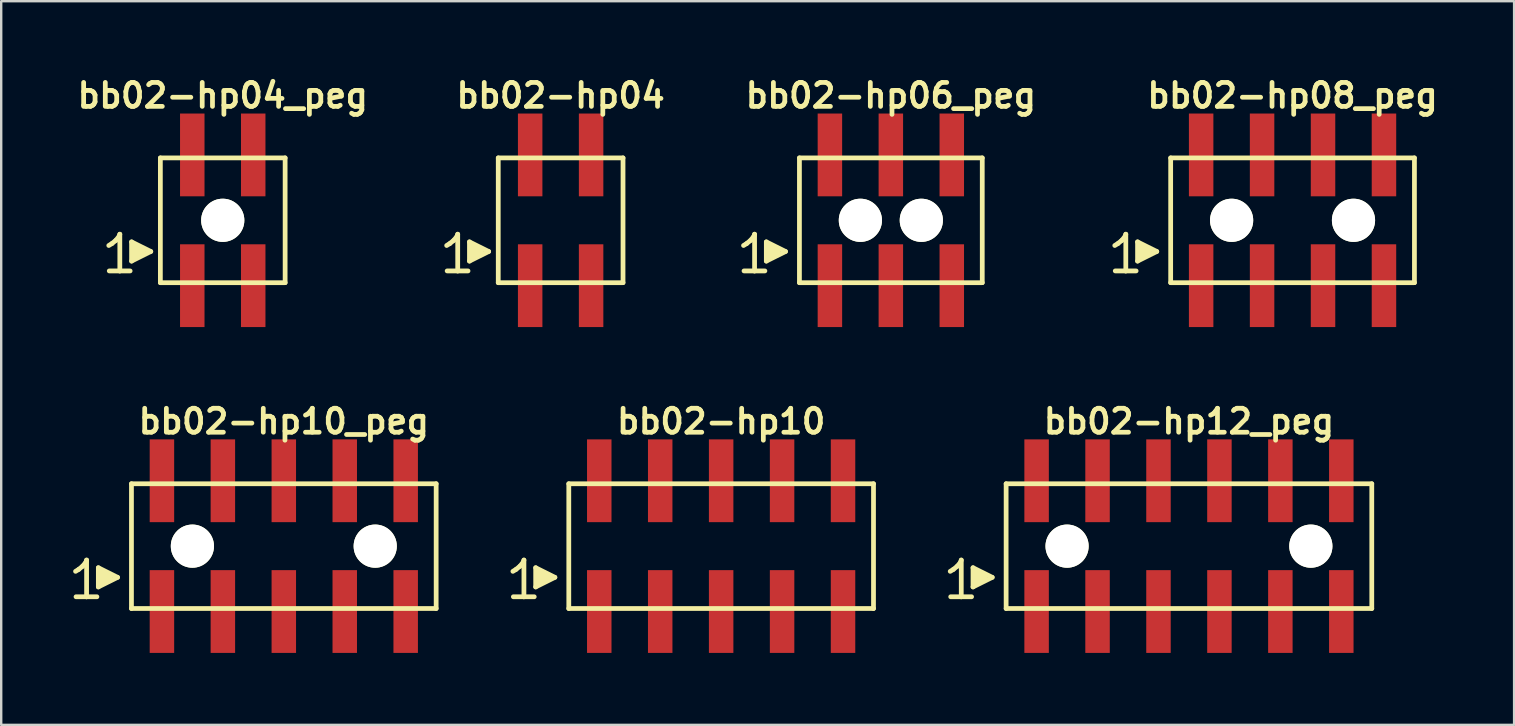
<source format=kicad_pcb>
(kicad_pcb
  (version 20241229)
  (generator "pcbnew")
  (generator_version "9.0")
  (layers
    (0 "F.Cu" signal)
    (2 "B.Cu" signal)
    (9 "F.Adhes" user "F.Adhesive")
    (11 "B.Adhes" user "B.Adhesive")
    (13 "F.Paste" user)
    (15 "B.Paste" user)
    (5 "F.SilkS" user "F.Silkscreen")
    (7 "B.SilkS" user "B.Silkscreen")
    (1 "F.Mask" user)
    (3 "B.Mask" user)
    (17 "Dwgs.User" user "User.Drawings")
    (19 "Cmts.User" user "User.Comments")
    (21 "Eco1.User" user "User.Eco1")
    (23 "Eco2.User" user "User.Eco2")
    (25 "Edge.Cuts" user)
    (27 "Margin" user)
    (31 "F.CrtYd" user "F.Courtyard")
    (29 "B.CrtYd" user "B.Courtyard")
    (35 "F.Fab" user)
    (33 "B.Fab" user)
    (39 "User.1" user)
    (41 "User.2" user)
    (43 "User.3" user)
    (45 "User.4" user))
  (footprint "bb02-hp04"
    (layer "F.Cu")
    (at 20.317 6.132)
    (property "Reference" "bb02-hp04" (at 0 -5.2 0) (layer "F.SilkS") (effects (font (size 0.998 0.998) (thickness 0.198))))
    (attr through_hole)
    (fp_line (start -4.75 1.05) (end -4.62 0.97) (stroke (width 0.198) (type solid)) (layer "F.SilkS"))
    (fp_line (start -4.62 0.97) (end -4.46 0.84) (stroke (width 0.198) (type solid)) (layer "F.SilkS"))
    (fp_line (start -4.46 0.84) (end -4.32 0.67) (stroke (width 0.198) (type solid)) (layer "F.SilkS"))
    (fp_line (start -4.32 0.67) (end -4.29 0.58) (stroke (width 0.198) (type solid)) (layer "F.SilkS"))
    (fp_line (start -4.29 0.58) (end -4.29 2.11) (stroke (width 0.198) (type solid)) (layer "F.SilkS"))
    (fp_line (start -4.29 2.11) (end -4.73 2.11) (stroke (width 0.198) (type solid)) (layer "F.SilkS"))
    (fp_line (start -3.86 2.11) (end -4.3 2.11) (stroke (width 0.198) (type solid)) (layer "F.SilkS"))
    (fp_line (start -3.8 0.9) (end -3 1.3) (stroke (width 0.198) (type solid)) (layer "F.SilkS"))
    (fp_line (start -3.8 1.7) (end -3.8 0.9) (stroke (width 0.198) (type solid)) (layer "F.SilkS"))
    (fp_line (start -3.7 1.6) (end -3.7 1) (stroke (width 0.198) (type solid)) (layer "F.SilkS"))
    (fp_line (start -3.6 1.1) (end -3.6 1.5) (stroke (width 0.198) (type solid)) (layer "F.SilkS"))
    (fp_line (start -3.5 1.5) (end -3.5 1.1) (stroke (width 0.198) (type solid)) (layer "F.SilkS"))
    (fp_line (start -3.4 1.2) (end -3.4 1.4) (stroke (width 0.198) (type solid)) (layer "F.SilkS"))
    (fp_line (start -3.3 1.4) (end -3.3 1.2) (stroke (width 0.198) (type solid)) (layer "F.SilkS"))
    (fp_line (start -3 1.3) (end -3.8 1.7) (stroke (width 0.198) (type solid)) (layer "F.SilkS"))
    (fp_line (start -2.6 -2.6) (end 2.6 -2.6) (stroke (width 0.198) (type solid)) (layer "F.SilkS"))
    (fp_line (start -2.6 2.6) (end -2.6 -2.6) (stroke (width 0.198) (type solid)) (layer "F.SilkS"))
    (fp_line (start 2.6 -2.6) (end 2.6 2.6) (stroke (width 0.198) (type solid)) (layer "F.SilkS"))
    (fp_line (start 2.6 2.6) (end -2.6 2.6) (stroke (width 0.198) (type solid)) (layer "F.SilkS"))
    (pad "1" smd rect (at -1.27 2.725) (size 1.02 3.45) (layers "F.Cu" "F.Mask" "F.Paste"))
    (pad "2" smd rect (at -1.27 -2.725) (size 1.02 3.45) (layers "F.Cu" "F.Mask" "F.Paste"))
    (pad "3" smd rect (at 1.27 2.725) (size 1.02 3.45) (layers "F.Cu" "F.Mask" "F.Paste"))
    (pad "4" smd rect (at 1.27 -2.725) (size 1.02 3.45) (layers "F.Cu" "F.Mask" "F.Paste")))
  (footprint "bb02-hp12_peg"
    (layer "F.Cu")
    (at 46.505 19.713)
    (property "Reference" "bb02-hp12_peg" (at 0 -5.2 0) (layer "F.SilkS") (effects (font (size 0.998 0.998) (thickness 0.198))))
    (attr through_hole)
    (fp_line (start -9.95 1.05) (end -9.82 0.97) (stroke (width 0.198) (type solid)) (layer "F.SilkS"))
    (fp_line (start -9.82 0.97) (end -9.66 0.84) (stroke (width 0.198) (type solid)) (layer "F.SilkS"))
    (fp_line (start -9.66 0.84) (end -9.52 0.67) (stroke (width 0.198) (type solid)) (layer "F.SilkS"))
    (fp_line (start -9.52 0.67) (end -9.49 0.58) (stroke (width 0.198) (type solid)) (layer "F.SilkS"))
    (fp_line (start -9.49 0.58) (end -9.49 2.11) (stroke (width 0.198) (type solid)) (layer "F.SilkS"))
    (fp_line (start -9.49 2.11) (end -9.93 2.11) (stroke (width 0.198) (type solid)) (layer "F.SilkS"))
    (fp_line (start -9.06 2.11) (end -9.5 2.11) (stroke (width 0.198) (type solid)) (layer "F.SilkS"))
    (fp_line (start -9 0.9) (end -8.2 1.3) (stroke (width 0.198) (type solid)) (layer "F.SilkS"))
    (fp_line (start -9 1.7) (end -9 0.9) (stroke (width 0.198) (type solid)) (layer "F.SilkS"))
    (fp_line (start -8.9 1.6) (end -8.9 1) (stroke (width 0.198) (type solid)) (layer "F.SilkS"))
    (fp_line (start -8.8 1.1) (end -8.8 1.5) (stroke (width 0.198) (type solid)) (layer "F.SilkS"))
    (fp_line (start -8.7 1.5) (end -8.7 1.1) (stroke (width 0.198) (type solid)) (layer "F.SilkS"))
    (fp_line (start -8.6 1.2) (end -8.6 1.4) (stroke (width 0.198) (type solid)) (layer "F.SilkS"))
    (fp_line (start -8.5 1.4) (end -8.5 1.2) (stroke (width 0.198) (type solid)) (layer "F.SilkS"))
    (fp_line (start -8.2 1.3) (end -9 1.7) (stroke (width 0.198) (type solid)) (layer "F.SilkS"))
    (fp_line (start -7.62 -2.6) (end -7.62 2.6) (stroke (width 0.198) (type solid)) (layer "F.SilkS"))
    (fp_line (start -7.62 -2.6) (end 7.62 -2.6) (stroke (width 0.198) (type solid)) (layer "F.SilkS"))
    (fp_line (start 7.62 2.6) (end -7.62 2.6) (stroke (width 0.198) (type solid)) (layer "F.SilkS"))
    (fp_line (start 7.62 2.6) (end 7.62 -2.6) (stroke (width 0.198) (type solid)) (layer "F.SilkS"))
    (pad "" np_thru_hole circle (at -5.08 0) (size 1.8 1.8) (drill 1.8) (layers "*.Cu" "*.Mask" "F.SilkS"))
    (pad "" np_thru_hole circle (at 5.08 0) (size 1.8 1.8) (drill 1.8) (layers "*.Cu" "*.Mask" "F.SilkS"))
    (pad "1" smd rect (at -6.35 2.725) (size 1.02 3.45) (layers "F.Cu" "F.Mask" "F.Paste"))
    (pad "2" smd rect (at -6.35 -2.725) (size 1.02 3.45) (layers "F.Cu" "F.Mask" "F.Paste"))
    (pad "3" smd rect (at -3.81 2.725) (size 1.02 3.45) (layers "F.Cu" "F.Mask" "F.Paste"))
    (pad "4" smd rect (at -3.81 -2.725) (size 1.02 3.45) (layers "F.Cu" "F.Mask" "F.Paste"))
    (pad "5" smd rect (at -1.27 2.725) (size 1.02 3.45) (layers "F.Cu" "F.Mask" "F.Paste"))
    (pad "6" smd rect (at -1.27 -2.725) (size 1.02 3.45) (layers "F.Cu" "F.Mask" "F.Paste"))
    (pad "7" smd rect (at 1.27 2.725) (size 1.02 3.45) (layers "F.Cu" "F.Mask" "F.Paste"))
    (pad "8" smd rect (at 1.27 -2.725) (size 1.02 3.45) (layers "F.Cu" "F.Mask" "F.Paste"))
    (pad "9" smd rect (at 3.81 2.725) (size 1.02 3.45) (layers "F.Cu" "F.Mask" "F.Paste"))
    (pad "10" smd rect (at 3.81 -2.725) (size 1.02 3.45) (layers "F.Cu" "F.Mask" "F.Paste"))
    (pad "11" smd rect (at 6.35 2.725) (size 1.02 3.45) (layers "F.Cu" "F.Mask" "F.Paste"))
    (pad "12" smd rect (at 6.35 -2.725) (size 1.02 3.45) (layers "F.Cu" "F.Mask" "F.Paste")))
  (footprint "bb02-hp10"
    (layer "F.Cu")
    (at 27.007 19.713)
    (property "Reference" "bb02-hp10" (at 0 -5.2 0) (layer "F.SilkS") (effects (font (size 0.998 0.998) (thickness 0.198))))
    (attr through_hole)
    (fp_line (start -8.68 1.05) (end -8.55 0.97) (stroke (width 0.198) (type solid)) (layer "F.SilkS"))
    (fp_line (start -8.55 0.97) (end -8.39 0.84) (stroke (width 0.198) (type solid)) (layer "F.SilkS"))
    (fp_line (start -8.39 0.84) (end -8.25 0.67) (stroke (width 0.198) (type solid)) (layer "F.SilkS"))
    (fp_line (start -8.25 0.67) (end -8.22 0.58) (stroke (width 0.198) (type solid)) (layer "F.SilkS"))
    (fp_line (start -8.22 0.58) (end -8.22 2.11) (stroke (width 0.198) (type solid)) (layer "F.SilkS"))
    (fp_line (start -8.22 2.11) (end -8.66 2.11) (stroke (width 0.198) (type solid)) (layer "F.SilkS"))
    (fp_line (start -7.79 2.11) (end -8.23 2.11) (stroke (width 0.198) (type solid)) (layer "F.SilkS"))
    (fp_line (start -7.73 0.9) (end -6.93 1.3) (stroke (width 0.198) (type solid)) (layer "F.SilkS"))
    (fp_line (start -7.73 1.7) (end -7.73 0.9) (stroke (width 0.198) (type solid)) (layer "F.SilkS"))
    (fp_line (start -7.63 1.6) (end -7.63 1) (stroke (width 0.198) (type solid)) (layer "F.SilkS"))
    (fp_line (start -7.53 1.1) (end -7.53 1.5) (stroke (width 0.198) (type solid)) (layer "F.SilkS"))
    (fp_line (start -7.43 1.5) (end -7.43 1.1) (stroke (width 0.198) (type solid)) (layer "F.SilkS"))
    (fp_line (start -7.33 1.2) (end -7.33 1.4) (stroke (width 0.198) (type solid)) (layer "F.SilkS"))
    (fp_line (start -7.23 1.4) (end -7.23 1.2) (stroke (width 0.198) (type solid)) (layer "F.SilkS"))
    (fp_line (start -6.93 1.3) (end -7.73 1.7) (stroke (width 0.198) (type solid)) (layer "F.SilkS"))
    (fp_line (start -6.35 -2.6) (end -6.35 2.6) (stroke (width 0.198) (type solid)) (layer "F.SilkS"))
    (fp_line (start -6.35 -2.6) (end 6.35 -2.6) (stroke (width 0.198) (type solid)) (layer "F.SilkS"))
    (fp_line (start 6.35 2.6) (end -6.35 2.6) (stroke (width 0.198) (type solid)) (layer "F.SilkS"))
    (fp_line (start 6.35 2.6) (end 6.35 -2.6) (stroke (width 0.198) (type solid)) (layer "F.SilkS"))
    (pad "1" smd rect (at -5.08 2.725) (size 1.02 3.45) (layers "F.Cu" "F.Mask" "F.Paste"))
    (pad "2" smd rect (at -5.08 -2.725) (size 1.02 3.45) (layers "F.Cu" "F.Mask" "F.Paste"))
    (pad "3" smd rect (at -2.54 2.725) (size 1.02 3.45) (layers "F.Cu" "F.Mask" "F.Paste"))
    (pad "4" smd rect (at -2.54 -2.725) (size 1.02 3.45) (layers "F.Cu" "F.Mask" "F.Paste"))
    (pad "5" smd rect (at 0 2.725) (size 1.02 3.45) (layers "F.Cu" "F.Mask" "F.Paste"))
    (pad "6" smd rect (at 0 -2.725) (size 1.02 3.45) (layers "F.Cu" "F.Mask" "F.Paste"))
    (pad "7" smd rect (at 2.54 2.725) (size 1.02 3.45) (layers "F.Cu" "F.Mask" "F.Paste"))
    (pad "8" smd rect (at 2.54 -2.725) (size 1.02 3.45) (layers "F.Cu" "F.Mask" "F.Paste"))
    (pad "9" smd rect (at 5.08 2.725) (size 1.02 3.45) (layers "F.Cu" "F.Mask" "F.Paste"))
    (pad "10" smd rect (at 5.08 -2.725) (size 1.02 3.45) (layers "F.Cu" "F.Mask" "F.Paste")))
  (footprint "bb02-hp10_peg"
    (layer "F.Cu")
    (at 8.779 19.713)
    (property "Reference" "bb02-hp10_peg" (at 0 -5.2 0) (layer "F.SilkS") (effects (font (size 0.998 0.998) (thickness 0.198))))
    (attr through_hole)
    (fp_line (start -8.68 1.05) (end -8.55 0.97) (stroke (width 0.198) (type solid)) (layer "F.SilkS"))
    (fp_line (start -8.55 0.97) (end -8.39 0.84) (stroke (width 0.198) (type solid)) (layer "F.SilkS"))
    (fp_line (start -8.39 0.84) (end -8.25 0.67) (stroke (width 0.198) (type solid)) (layer "F.SilkS"))
    (fp_line (start -8.25 0.67) (end -8.22 0.58) (stroke (width 0.198) (type solid)) (layer "F.SilkS"))
    (fp_line (start -8.22 0.58) (end -8.22 2.11) (stroke (width 0.198) (type solid)) (layer "F.SilkS"))
    (fp_line (start -8.22 2.11) (end -8.66 2.11) (stroke (width 0.198) (type solid)) (layer "F.SilkS"))
    (fp_line (start -7.79 2.11) (end -8.23 2.11) (stroke (width 0.198) (type solid)) (layer "F.SilkS"))
    (fp_line (start -7.73 0.9) (end -6.93 1.3) (stroke (width 0.198) (type solid)) (layer "F.SilkS"))
    (fp_line (start -7.73 1.7) (end -7.73 0.9) (stroke (width 0.198) (type solid)) (layer "F.SilkS"))
    (fp_line (start -7.63 1.6) (end -7.63 1) (stroke (width 0.198) (type solid)) (layer "F.SilkS"))
    (fp_line (start -7.53 1.1) (end -7.53 1.5) (stroke (width 0.198) (type solid)) (layer "F.SilkS"))
    (fp_line (start -7.43 1.5) (end -7.43 1.1) (stroke (width 0.198) (type solid)) (layer "F.SilkS"))
    (fp_line (start -7.33 1.2) (end -7.33 1.4) (stroke (width 0.198) (type solid)) (layer "F.SilkS"))
    (fp_line (start -7.23 1.4) (end -7.23 1.2) (stroke (width 0.198) (type solid)) (layer "F.SilkS"))
    (fp_line (start -6.93 1.3) (end -7.73 1.7) (stroke (width 0.198) (type solid)) (layer "F.SilkS"))
    (fp_line (start -6.35 -2.6) (end -6.35 2.6) (stroke (width 0.198) (type solid)) (layer "F.SilkS"))
    (fp_line (start -6.35 -2.6) (end 6.35 -2.6) (stroke (width 0.198) (type solid)) (layer "F.SilkS"))
    (fp_line (start 6.35 2.6) (end -6.35 2.6) (stroke (width 0.198) (type solid)) (layer "F.SilkS"))
    (fp_line (start 6.35 2.6) (end 6.35 -2.6) (stroke (width 0.198) (type solid)) (layer "F.SilkS"))
    (pad "" np_thru_hole circle (at -3.81 0) (size 1.8 1.8) (drill 1.8) (layers "*.Cu" "*.Mask" "F.SilkS"))
    (pad "" np_thru_hole circle (at 3.81 0) (size 1.8 1.8) (drill 1.8) (layers "*.Cu" "*.Mask" "F.SilkS"))
    (pad "1" smd rect (at -5.08 2.725) (size 1.02 3.45) (layers "F.Cu" "F.Mask" "F.Paste"))
    (pad "2" smd rect (at -5.08 -2.725) (size 1.02 3.45) (layers "F.Cu" "F.Mask" "F.Paste"))
    (pad "3" smd rect (at -2.54 2.725) (size 1.02 3.45) (layers "F.Cu" "F.Mask" "F.Paste"))
    (pad "4" smd rect (at -2.54 -2.725) (size 1.02 3.45) (layers "F.Cu" "F.Mask" "F.Paste"))
    (pad "5" smd rect (at 0 2.725) (size 1.02 3.45) (layers "F.Cu" "F.Mask" "F.Paste"))
    (pad "6" smd rect (at 0 -2.725) (size 1.02 3.45) (layers "F.Cu" "F.Mask" "F.Paste"))
    (pad "7" smd rect (at 2.54 2.725) (size 1.02 3.45) (layers "F.Cu" "F.Mask" "F.Paste"))
    (pad "8" smd rect (at 2.54 -2.725) (size 1.02 3.45) (layers "F.Cu" "F.Mask" "F.Paste"))
    (pad "9" smd rect (at 5.08 2.725) (size 1.02 3.45) (layers "F.Cu" "F.Mask" "F.Paste"))
    (pad "10" smd rect (at 5.08 -2.725) (size 1.02 3.45) (layers "F.Cu" "F.Mask" "F.Paste")))
  (footprint "bb02-hp06_peg"
    (layer "F.Cu")
    (at 34.08 6.132)
    (property "Reference" "bb02-hp06_peg" (at 0 -5.2 0) (layer "F.SilkS") (effects (font (size 0.998 0.998) (thickness 0.198))))
    (attr through_hole)
    (fp_line (start -6.14 1.05) (end -6.01 0.97) (stroke (width 0.198) (type solid)) (layer "F.SilkS"))
    (fp_line (start -6.01 0.97) (end -5.85 0.84) (stroke (width 0.198) (type solid)) (layer "F.SilkS"))
    (fp_line (start -5.85 0.84) (end -5.71 0.67) (stroke (width 0.198) (type solid)) (layer "F.SilkS"))
    (fp_line (start -5.71 0.67) (end -5.68 0.58) (stroke (width 0.198) (type solid)) (layer "F.SilkS"))
    (fp_line (start -5.68 0.58) (end -5.68 2.11) (stroke (width 0.198) (type solid)) (layer "F.SilkS"))
    (fp_line (start -5.68 2.11) (end -6.12 2.11) (stroke (width 0.198) (type solid)) (layer "F.SilkS"))
    (fp_line (start -5.25 2.11) (end -5.69 2.11) (stroke (width 0.198) (type solid)) (layer "F.SilkS"))
    (fp_line (start -5.19 0.9) (end -4.39 1.3) (stroke (width 0.198) (type solid)) (layer "F.SilkS"))
    (fp_line (start -5.19 1.7) (end -5.19 0.9) (stroke (width 0.198) (type solid)) (layer "F.SilkS"))
    (fp_line (start -5.09 1.6) (end -5.09 1) (stroke (width 0.198) (type solid)) (layer "F.SilkS"))
    (fp_line (start -4.99 1.1) (end -4.99 1.5) (stroke (width 0.198) (type solid)) (layer "F.SilkS"))
    (fp_line (start -4.89 1.5) (end -4.89 1.1) (stroke (width 0.198) (type solid)) (layer "F.SilkS"))
    (fp_line (start -4.79 1.2) (end -4.79 1.4) (stroke (width 0.198) (type solid)) (layer "F.SilkS"))
    (fp_line (start -4.69 1.4) (end -4.69 1.2) (stroke (width 0.198) (type solid)) (layer "F.SilkS"))
    (fp_line (start -4.39 1.3) (end -5.19 1.7) (stroke (width 0.198) (type solid)) (layer "F.SilkS"))
    (fp_line (start -3.81 -2.6) (end -3.81 2.6) (stroke (width 0.198) (type solid)) (layer "F.SilkS"))
    (fp_line (start -3.81 -2.6) (end 3.81 -2.6) (stroke (width 0.198) (type solid)) (layer "F.SilkS"))
    (fp_line (start 3.81 2.6) (end -3.81 2.6) (stroke (width 0.198) (type solid)) (layer "F.SilkS"))
    (fp_line (start 3.81 2.6) (end 3.81 -2.6) (stroke (width 0.198) (type solid)) (layer "F.SilkS"))
    (pad "" np_thru_hole circle (at -1.27 0) (size 1.8 1.8) (drill 1.8) (layers "*.Cu" "*.Mask" "F.SilkS"))
    (pad "" np_thru_hole circle (at 1.27 0) (size 1.8 1.8) (drill 1.8) (layers "*.Cu" "*.Mask" "F.SilkS"))
    (pad "1" smd rect (at -2.54 2.725) (size 1.02 3.45) (layers "F.Cu" "F.Mask" "F.Paste"))
    (pad "2" smd rect (at -2.54 -2.725) (size 1.02 3.45) (layers "F.Cu" "F.Mask" "F.Paste"))
    (pad "3" smd rect (at 0 2.725) (size 1.02 3.45) (layers "F.Cu" "F.Mask" "F.Paste"))
    (pad "4" smd rect (at 0 -2.725) (size 1.02 3.45) (layers "F.Cu" "F.Mask" "F.Paste"))
    (pad "5" smd rect (at 2.54 2.725) (size 1.02 3.45) (layers "F.Cu" "F.Mask" "F.Paste"))
    (pad "6" smd rect (at 2.54 -2.725) (size 1.02 3.45) (layers "F.Cu" "F.Mask" "F.Paste")))
  (footprint "bb02-hp08_peg"
    (layer "F.Cu")
    (at 50.823 6.132)
    (property "Reference" "bb02-hp08_peg" (at 0 -5.2 0) (layer "F.SilkS") (effects (font (size 0.998 0.998) (thickness 0.198))))
    (attr through_hole)
    (fp_line (start -7.41 1.05) (end -7.28 0.97) (stroke (width 0.198) (type solid)) (layer "F.SilkS"))
    (fp_line (start -7.28 0.97) (end -7.12 0.84) (stroke (width 0.198) (type solid)) (layer "F.SilkS"))
    (fp_line (start -7.12 0.84) (end -6.98 0.67) (stroke (width 0.198) (type solid)) (layer "F.SilkS"))
    (fp_line (start -6.98 0.67) (end -6.95 0.58) (stroke (width 0.198) (type solid)) (layer "F.SilkS"))
    (fp_line (start -6.95 0.58) (end -6.95 2.11) (stroke (width 0.198) (type solid)) (layer "F.SilkS"))
    (fp_line (start -6.95 2.11) (end -7.39 2.11) (stroke (width 0.198) (type solid)) (layer "F.SilkS"))
    (fp_line (start -6.52 2.11) (end -6.96 2.11) (stroke (width 0.198) (type solid)) (layer "F.SilkS"))
    (fp_line (start -6.46 0.9) (end -5.66 1.3) (stroke (width 0.198) (type solid)) (layer "F.SilkS"))
    (fp_line (start -6.46 1.7) (end -6.46 0.9) (stroke (width 0.198) (type solid)) (layer "F.SilkS"))
    (fp_line (start -6.36 1.6) (end -6.36 1) (stroke (width 0.198) (type solid)) (layer "F.SilkS"))
    (fp_line (start -6.26 1.1) (end -6.26 1.5) (stroke (width 0.198) (type solid)) (layer "F.SilkS"))
    (fp_line (start -6.16 1.5) (end -6.16 1.1) (stroke (width 0.198) (type solid)) (layer "F.SilkS"))
    (fp_line (start -6.06 1.2) (end -6.06 1.4) (stroke (width 0.198) (type solid)) (layer "F.SilkS"))
    (fp_line (start -5.96 1.4) (end -5.96 1.2) (stroke (width 0.198) (type solid)) (layer "F.SilkS"))
    (fp_line (start -5.66 1.3) (end -6.46 1.7) (stroke (width 0.198) (type solid)) (layer "F.SilkS"))
    (fp_line (start -5.08 -2.6) (end -5.08 2.6) (stroke (width 0.198) (type solid)) (layer "F.SilkS"))
    (fp_line (start -5.08 -2.6) (end 5.08 -2.6) (stroke (width 0.198) (type solid)) (layer "F.SilkS"))
    (fp_line (start 5.08 2.6) (end -5.08 2.6) (stroke (width 0.198) (type solid)) (layer "F.SilkS"))
    (fp_line (start 5.08 2.6) (end 5.08 -2.6) (stroke (width 0.198) (type solid)) (layer "F.SilkS"))
    (pad "" np_thru_hole circle (at -2.54 0) (size 1.8 1.8) (drill 1.8) (layers "*.Cu" "*.Mask" "F.SilkS"))
    (pad "" np_thru_hole circle (at 2.54 0) (size 1.8 1.8) (drill 1.8) (layers "*.Cu" "*.Mask" "F.SilkS"))
    (pad "1" smd rect (at -3.81 2.725) (size 1.02 3.45) (layers "F.Cu" "F.Mask" "F.Paste"))
    (pad "2" smd rect (at -3.81 -2.725) (size 1.02 3.45) (layers "F.Cu" "F.Mask" "F.Paste"))
    (pad "3" smd rect (at -1.27 2.725) (size 1.02 3.45) (layers "F.Cu" "F.Mask" "F.Paste"))
    (pad "4" smd rect (at -1.27 -2.725) (size 1.02 3.45) (layers "F.Cu" "F.Mask" "F.Paste"))
    (pad "5" smd rect (at 1.27 2.725) (size 1.02 3.45) (layers "F.Cu" "F.Mask" "F.Paste"))
    (pad "6" smd rect (at 1.27 -2.725) (size 1.02 3.45) (layers "F.Cu" "F.Mask" "F.Paste"))
    (pad "7" smd rect (at 3.81 2.725) (size 1.02 3.45) (layers "F.Cu" "F.Mask" "F.Paste"))
    (pad "8" smd rect (at 3.81 -2.725) (size 1.02 3.45) (layers "F.Cu" "F.Mask" "F.Paste")))
  (footprint "bb02-hp04_peg"
    (layer "F.Cu")
    (at 6.234 6.132)
    (property "Reference" "bb02-hp04_peg" (at 0 -5.2 0) (layer "F.SilkS") (effects (font (size 0.998 0.998) (thickness 0.198))))
    (attr through_hole)
    (fp_line (start -4.75 1.05) (end -4.62 0.97) (stroke (width 0.198) (type solid)) (layer "F.SilkS"))
    (fp_line (start -4.62 0.97) (end -4.46 0.84) (stroke (width 0.198) (type solid)) (layer "F.SilkS"))
    (fp_line (start -4.46 0.84) (end -4.32 0.67) (stroke (width 0.198) (type solid)) (layer "F.SilkS"))
    (fp_line (start -4.32 0.67) (end -4.29 0.58) (stroke (width 0.198) (type solid)) (layer "F.SilkS"))
    (fp_line (start -4.29 0.58) (end -4.29 2.11) (stroke (width 0.198) (type solid)) (layer "F.SilkS"))
    (fp_line (start -4.29 2.11) (end -4.73 2.11) (stroke (width 0.198) (type solid)) (layer "F.SilkS"))
    (fp_line (start -3.86 2.11) (end -4.3 2.11) (stroke (width 0.198) (type solid)) (layer "F.SilkS"))
    (fp_line (start -3.8 0.9) (end -3 1.3) (stroke (width 0.198) (type solid)) (layer "F.SilkS"))
    (fp_line (start -3.8 1.7) (end -3.8 0.9) (stroke (width 0.198) (type solid)) (layer "F.SilkS"))
    (fp_line (start -3.7 1.6) (end -3.7 1) (stroke (width 0.198) (type solid)) (layer "F.SilkS"))
    (fp_line (start -3.6 1.1) (end -3.6 1.5) (stroke (width 0.198) (type solid)) (layer "F.SilkS"))
    (fp_line (start -3.5 1.5) (end -3.5 1.1) (stroke (width 0.198) (type solid)) (layer "F.SilkS"))
    (fp_line (start -3.4 1.2) (end -3.4 1.4) (stroke (width 0.198) (type solid)) (layer "F.SilkS"))
    (fp_line (start -3.3 1.4) (end -3.3 1.2) (stroke (width 0.198) (type solid)) (layer "F.SilkS"))
    (fp_line (start -3 1.3) (end -3.8 1.7) (stroke (width 0.198) (type solid)) (layer "F.SilkS"))
    (fp_line (start -2.6 -2.6) (end -2.6 2.6) (stroke (width 0.198) (type solid)) (layer "F.SilkS"))
    (fp_line (start -2.6 2.6) (end 2.6 2.6) (stroke (width 0.198) (type solid)) (layer "F.SilkS"))
    (fp_line (start 2.6 -2.6) (end -2.6 -2.6) (stroke (width 0.198) (type solid)) (layer "F.SilkS"))
    (fp_line (start 2.6 2.6) (end 2.6 -2.6) (stroke (width 0.198) (type solid)) (layer "F.SilkS"))
    (pad "" np_thru_hole circle (at 0 0) (size 1.8 1.8) (drill 1.8) (layers "*.Cu" "*.Mask" "F.SilkS"))
    (pad "1" smd rect (at -1.27 2.725) (size 1.02 3.45) (layers "F.Cu" "F.Mask" "F.Paste"))
    (pad "2" smd rect (at -1.27 -2.725) (size 1.02 3.45) (layers "F.Cu" "F.Mask" "F.Paste"))
    (pad "3" smd rect (at 1.27 2.725) (size 1.02 3.45) (layers "F.Cu" "F.Mask" "F.Paste"))
    (pad "4" smd rect (at 1.27 -2.725) (size 1.02 3.45) (layers "F.Cu" "F.Mask" "F.Paste")))
  (gr_rect
    (start -3 -3)
    (end 60.057 27.163)
    (stroke (width 0.1) (type default))
    (fill no)
    (layer "Edge.Cuts")))
</source>
